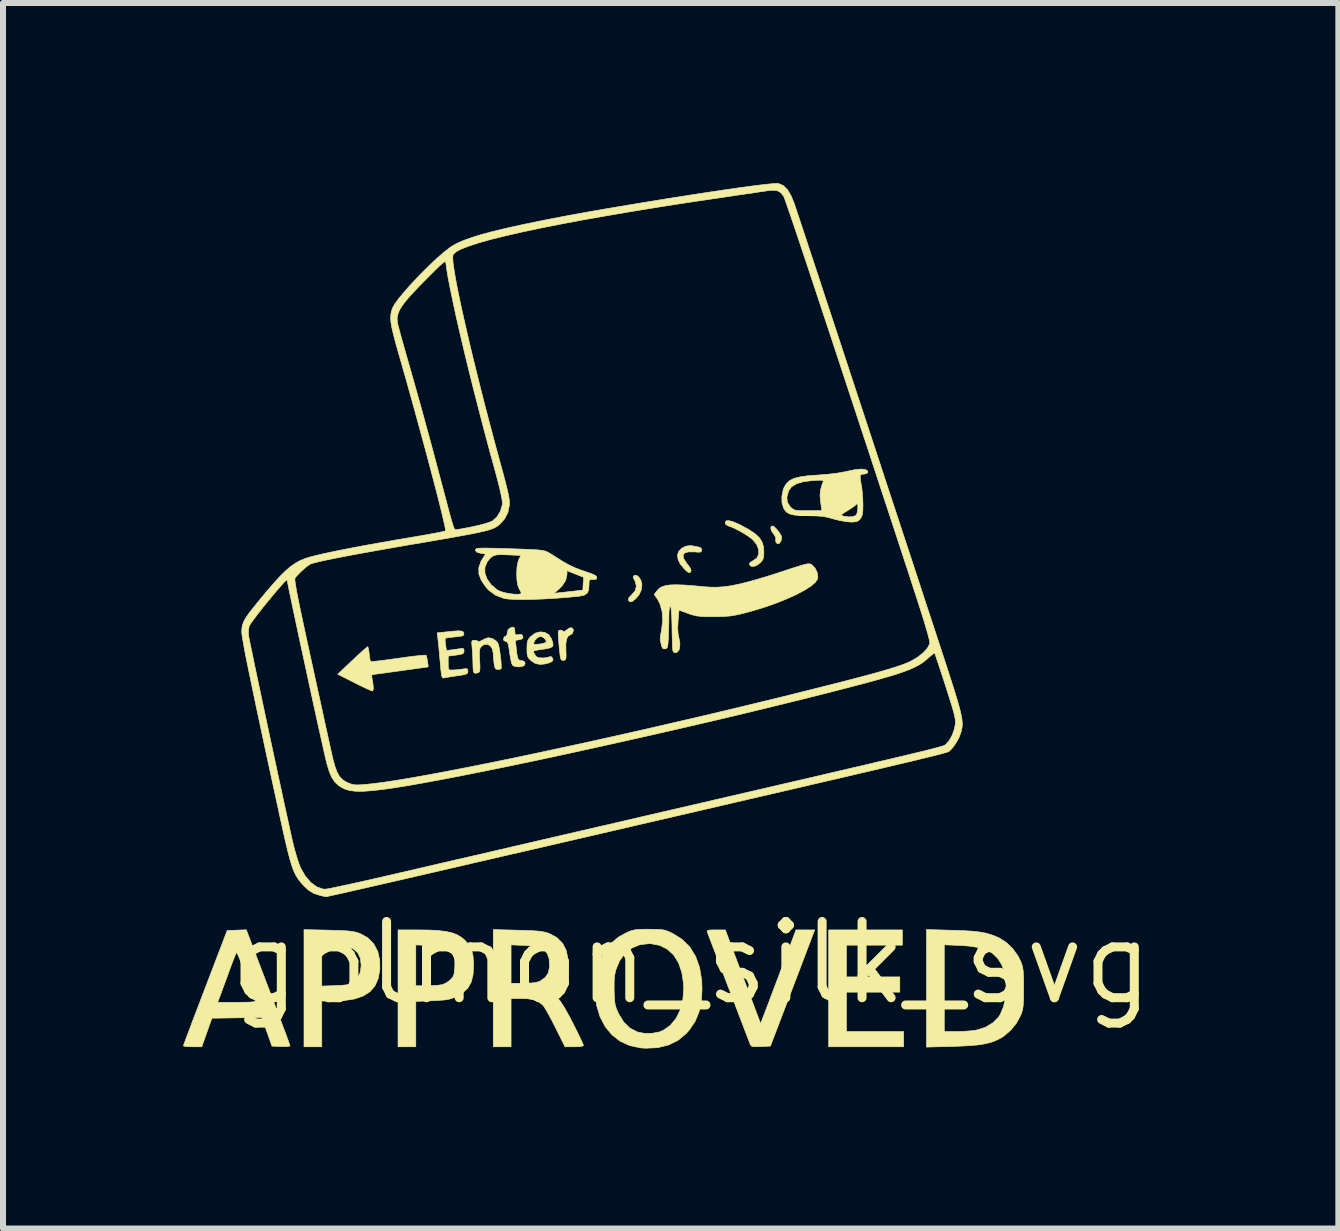
<source format=kicad_pcb>
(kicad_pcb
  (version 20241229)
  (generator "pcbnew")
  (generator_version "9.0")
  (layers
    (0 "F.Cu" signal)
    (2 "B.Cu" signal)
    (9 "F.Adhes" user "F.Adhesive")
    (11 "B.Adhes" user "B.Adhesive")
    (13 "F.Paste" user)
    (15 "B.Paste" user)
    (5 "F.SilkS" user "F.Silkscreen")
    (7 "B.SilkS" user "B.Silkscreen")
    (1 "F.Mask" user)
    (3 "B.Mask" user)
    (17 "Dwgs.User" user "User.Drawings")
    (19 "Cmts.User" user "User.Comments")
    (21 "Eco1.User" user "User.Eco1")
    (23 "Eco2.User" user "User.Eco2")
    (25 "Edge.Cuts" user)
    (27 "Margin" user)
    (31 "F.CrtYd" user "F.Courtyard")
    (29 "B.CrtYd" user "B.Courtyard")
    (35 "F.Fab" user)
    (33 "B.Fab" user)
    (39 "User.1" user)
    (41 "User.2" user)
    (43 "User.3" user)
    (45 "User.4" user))
  (footprint "golmon_silk_svg"
    (layer "F.Cu")
    (at 8.471 12.994)
    (property "Reference" "golmon_silk_svg" (at 0 0 0) (layer "F.SilkS") (effects (font (size 1.27 1.27) (thickness 0.15))))
    (attr through_hole)
    (fp_poly (pts (xy 3.514 -0.296) (xy 2.582 -0.296) (xy 2.582 0.233) (xy 3.471 0.233) (xy 3.471 0.487) (xy 2.582 0.487) (xy 2.582 1.143) (xy 3.535 1.143) (xy 3.535 1.397) (xy 2.286 1.397) (xy 2.286 -0.55) (xy 3.514 -0.55) (xy 3.514 -0.296)) (stroke (width 0.01) (type solid)) (fill yes) (layer "F.SilkS"))
    (fp_poly (pts (xy 1.381 -7.265) (xy 1.421 -7.225) (xy 1.461 -7.174) (xy 1.492 -7.124) (xy 1.503 -7.092) (xy 1.493 -7.034) (xy 1.469 -6.995) (xy 1.44 -6.982) (xy 1.413 -7) (xy 1.405 -7.016) (xy 1.402 -7.055) (xy 1.406 -7.067) (xy 1.401 -7.094) (xy 1.375 -7.138) (xy 1.363 -7.153) (xy 1.33 -7.205) (xy 1.321 -7.25) (xy 1.336 -7.278) (xy 1.352 -7.281) (xy 1.381 -7.265)) (stroke (width 0.01) (type solid)) (fill yes) (layer "F.SilkS"))
    (fp_poly (pts (xy -0.878 -6.43) (xy -0.845 -6.38) (xy -0.827 -6.318) (xy -0.826 -6.295) (xy -0.837 -6.211) (xy -0.874 -6.134) (xy -0.927 -6.07) (xy -0.983 -6.023) (xy -1.024 -6.015) (xy -1.052 -6.045) (xy -1.052 -6.045) (xy -1.044 -6.085) (xy -1 -6.13) (xy -0.939 -6.199) (xy -0.918 -6.277) (xy -0.938 -6.358) (xy -0.945 -6.371) (xy -0.969 -6.417) (xy -0.969 -6.442) (xy -0.952 -6.457) (xy -0.916 -6.459) (xy -0.878 -6.43)) (stroke (width 0.01) (type solid)) (fill yes) (layer "F.SilkS"))
    (fp_poly (pts (xy 0.001 -6.952) (xy 0.085 -6.937) (xy 0.135 -6.925) (xy 0.16 -6.911) (xy 0.169 -6.893) (xy 0.169 -6.879) (xy 0.165 -6.856) (xy 0.147 -6.845) (xy 0.104 -6.844) (xy 0.048 -6.849) (xy -0.052 -6.849) (xy -0.115 -6.83) (xy -0.141 -6.791) (xy -0.128 -6.732) (xy -0.078 -6.656) (xy -0.059 -6.634) (xy -0.022 -6.582) (xy -0.006 -6.54) (xy -0.008 -6.53) (xy -0.025 -6.503) (xy -0.052 -6.506) (xy -0.093 -6.539) (xy -0.12 -6.567) (xy -0.187 -6.647) (xy -0.222 -6.718) (xy -0.233 -6.792) (xy -0.233 -6.793) (xy -0.214 -6.854) (xy -0.164 -6.907) (xy -0.095 -6.943) (xy -0.019 -6.954) (xy 0.001 -6.952)) (stroke (width 0.01) (type solid)) (fill yes) (layer "F.SilkS"))
    (fp_poly (pts (xy -1.971 -5.558) (xy -1.968 -5.537) (xy -1.985 -5.488) (xy -2.011 -5.472) (xy -2.054 -5.445) (xy -2.081 -5.396) (xy -2.093 -5.317) (xy -2.092 -5.21) (xy -2.089 -5.128) (xy -2.091 -5.079) (xy -2.1 -5.054) (xy -2.118 -5.044) (xy -2.13 -5.042) (xy -2.162 -5.044) (xy -2.179 -5.07) (xy -2.188 -5.116) (xy -2.195 -5.176) (xy -2.204 -5.262) (xy -2.212 -5.356) (xy -2.213 -5.371) (xy -2.219 -5.457) (xy -2.22 -5.508) (xy -2.214 -5.535) (xy -2.2 -5.544) (xy -2.182 -5.546) (xy -2.147 -5.536) (xy -2.138 -5.521) (xy -2.125 -5.516) (xy -2.094 -5.538) (xy -2.089 -5.542) (xy -2.035 -5.58) (xy -1.994 -5.585) (xy -1.971 -5.558)) (stroke (width 0.01) (type solid)) (fill yes) (layer "F.SilkS"))
    (fp_poly (pts (xy 0.703 -7.347) (xy 0.81 -7.3) (xy 0.813 -7.298) (xy 0.954 -7.222) (xy 1.058 -7.153) (xy 1.131 -7.085) (xy 1.177 -7.012) (xy 1.201 -6.931) (xy 1.206 -6.851) (xy 1.204 -6.776) (xy 1.192 -6.727) (xy 1.165 -6.687) (xy 1.145 -6.666) (xy 1.087 -6.623) (xy 1.03 -6.605) (xy 0.985 -6.613) (xy 0.966 -6.637) (xy 0.971 -6.666) (xy 1.013 -6.695) (xy 1.026 -6.701) (xy 1.089 -6.746) (xy 1.12 -6.811) (xy 1.119 -6.889) (xy 1.087 -6.971) (xy 1.023 -7.05) (xy 1.016 -7.057) (xy 0.946 -7.11) (xy 0.853 -7.169) (xy 0.753 -7.223) (xy 0.661 -7.265) (xy 0.614 -7.281) (xy 0.57 -7.307) (xy 0.561 -7.336) (xy 0.577 -7.366) (xy 0.625 -7.369) (xy 0.703 -7.347)) (stroke (width 0.01) (type solid)) (fill yes) (layer "F.SilkS"))
    (fp_poly (pts (xy -6.048 -0.546) (xy -5.901 -0.541) (xy -5.789 -0.537) (xy -5.704 -0.531) (xy -5.639 -0.522) (xy -5.586 -0.511) (xy -5.539 -0.496) (xy -5.521 -0.489) (xy -5.393 -0.419) (xy -5.295 -0.319) (xy -5.228 -0.194) (xy -5.194 -0.046) (xy -5.192 0.108) (xy -5.219 0.258) (xy -5.273 0.381) (xy -5.355 0.478) (xy -5.468 0.55) (xy -5.613 0.6) (xy -5.793 0.628) (xy -5.973 0.635) (xy -6.16 0.635) (xy -6.16 1.397) (xy -6.456 1.397) (xy -6.456 0.386) (xy -6.16 0.386) (xy -5.931 0.378) (xy -5.816 0.372) (xy -5.735 0.363) (xy -5.679 0.349) (xy -5.644 0.332) (xy -5.564 0.255) (xy -5.517 0.153) (xy -5.503 0.042) (xy -5.516 -0.074) (xy -5.557 -0.163) (xy -5.627 -0.229) (xy -5.73 -0.271) (xy -5.867 -0.292) (xy -5.964 -0.296) (xy -6.16 -0.296) (xy -6.16 0.386) (xy -6.456 0.386) (xy -6.456 -0.555) (xy -6.048 -0.546)) (stroke (width 0.01) (type solid)) (fill yes) (layer "F.SilkS"))
    (fp_poly (pts (xy -2.949 -5.581) (xy -2.942 -5.53) (xy -2.942 -5.519) (xy -2.938 -5.477) (xy -2.917 -5.465) (xy -2.881 -5.471) (xy -2.836 -5.475) (xy -2.814 -5.456) (xy -2.809 -5.441) (xy -2.809 -5.41) (xy -2.838 -5.392) (xy -2.866 -5.386) (xy -2.934 -5.373) (xy -2.918 -5.227) (xy -2.907 -5.137) (xy -2.895 -5.081) (xy -2.878 -5.051) (xy -2.852 -5.039) (xy -2.825 -5.038) (xy -2.785 -5.023) (xy -2.771 -4.99) (xy -2.787 -4.956) (xy -2.806 -4.945) (xy -2.869 -4.932) (xy -2.932 -4.937) (xy -2.978 -4.956) (xy -2.982 -4.961) (xy -2.996 -4.994) (xy -3.011 -5.058) (xy -3.026 -5.141) (xy -3.03 -5.173) (xy -3.043 -5.262) (xy -3.055 -5.317) (xy -3.069 -5.345) (xy -3.087 -5.355) (xy -3.093 -5.355) (xy -3.126 -5.371) (xy -3.133 -5.397) (xy -3.119 -5.432) (xy -3.101 -5.44) (xy -3.076 -5.459) (xy -3.069 -5.5) (xy -3.055 -5.555) (xy -3.018 -5.583) (xy -2.973 -5.597) (xy -2.949 -5.581)) (stroke (width 0.01) (type solid)) (fill yes) (layer "F.SilkS"))
    (fp_poly (pts (xy 0.858 0.231) (xy 1.152 1.011) (xy 1.25 0.754) (xy 1.286 0.661) (xy 1.332 0.537) (xy 1.387 0.392) (xy 1.447 0.234) (xy 1.507 0.073) (xy 1.545 -0.026) (xy 1.741 -0.55) (xy 2.053 -0.55) (xy 2.007 -0.429) (xy 1.99 -0.383) (xy 1.959 -0.302) (xy 1.917 -0.192) (xy 1.866 -0.057) (xy 1.807 0.099) (xy 1.742 0.269) (xy 1.673 0.45) (xy 1.638 0.54) (xy 1.315 1.386) (xy 1.155 1.393) (xy 1.073 1.395) (xy 1.024 1.393) (xy 0.997 1.383) (xy 0.981 1.362) (xy 0.973 1.342) (xy 0.954 1.292) (xy 0.923 1.212) (xy 0.882 1.104) (xy 0.833 0.975) (xy 0.777 0.829) (xy 0.717 0.671) (xy 0.654 0.506) (xy 0.589 0.338) (xy 0.526 0.172) (xy 0.466 0.014) (xy 0.41 -0.132) (xy 0.36 -0.261) (xy 0.319 -0.369) (xy 0.288 -0.45) (xy 0.269 -0.5) (xy 0.264 -0.513) (xy 0.261 -0.532) (xy 0.274 -0.543) (xy 0.313 -0.549) (xy 0.384 -0.55) (xy 0.407 -0.55) (xy 0.564 -0.55) (xy 0.858 0.231)) (stroke (width 0.01) (type solid)) (fill yes) (layer "F.SilkS"))
    (fp_poly (pts (xy -5.386 -5.251) (xy -5.376 -5.202) (xy -5.37 -5.152) (xy -5.362 -5.085) (xy -5.352 -5.037) (xy -5.347 -5.022) (xy -5.324 -5.022) (xy -5.265 -5.027) (xy -5.177 -5.037) (xy -5.065 -5.051) (xy -4.937 -5.069) (xy -4.885 -5.076) (xy -4.752 -5.095) (xy -4.633 -5.11) (xy -4.535 -5.121) (xy -4.464 -5.127) (xy -4.426 -5.128) (xy -4.421 -5.126) (xy -4.413 -5.102) (xy -4.403 -5.055) (xy -4.394 -5.001) (xy -4.388 -4.955) (xy -4.388 -4.932) (xy -4.389 -4.932) (xy -4.41 -4.929) (xy -4.467 -4.921) (xy -4.553 -4.909) (xy -4.663 -4.894) (xy -4.791 -4.876) (xy -4.845 -4.868) (xy -4.979 -4.85) (xy -5.099 -4.833) (xy -5.198 -4.82) (xy -5.271 -4.81) (xy -5.311 -4.805) (xy -5.316 -4.805) (xy -5.327 -4.787) (xy -5.325 -4.757) (xy -5.306 -4.645) (xy -5.3 -4.57) (xy -5.309 -4.534) (xy -5.318 -4.531) (xy -5.345 -4.54) (xy -5.403 -4.566) (xy -5.484 -4.604) (xy -5.579 -4.651) (xy -5.619 -4.671) (xy -5.894 -4.81) (xy -5.651 -5.04) (xy -5.568 -5.118) (xy -5.495 -5.185) (xy -5.438 -5.235) (xy -5.403 -5.264) (xy -5.395 -5.27) (xy -5.386 -5.251)) (stroke (width 0.01) (type solid)) (fill yes) (layer "F.SilkS"))
    (fp_poly (pts (xy -4.567 -0.55) (xy -4.372 -0.548) (xy -4.213 -0.539) (xy -4.085 -0.523) (xy -3.982 -0.499) (xy -3.898 -0.466) (xy -3.826 -0.421) (xy -3.782 -0.384) (xy -3.713 -0.308) (xy -3.667 -0.227) (xy -3.641 -0.128) (xy -3.631 -0.003) (xy -3.63 0.042) (xy -3.639 0.197) (xy -3.67 0.32) (xy -3.725 0.417) (xy -3.809 0.496) (xy -3.926 0.563) (xy -3.934 0.567) (xy -3.989 0.59) (xy -4.046 0.606) (xy -4.115 0.617) (xy -4.206 0.624) (xy -4.32 0.63) (xy -4.593 0.641) (xy -4.593 1.397) (xy -4.889 1.397) (xy -4.889 0.381) (xy -4.593 0.381) (xy -4.408 0.381) (xy -4.313 0.378) (xy -4.225 0.372) (xy -4.16 0.363) (xy -4.147 0.36) (xy -4.082 0.33) (xy -4.02 0.284) (xy -4.011 0.275) (xy -3.976 0.233) (xy -3.956 0.188) (xy -3.945 0.125) (xy -3.941 0.068) (xy -3.939 -0.015) (xy -3.946 -0.071) (xy -3.964 -0.117) (xy -3.984 -0.148) (xy -4.029 -0.205) (xy -4.083 -0.244) (xy -4.152 -0.27) (xy -4.246 -0.285) (xy -4.374 -0.293) (xy -4.376 -0.293) (xy -4.593 -0.3) (xy -4.593 0.381) (xy -4.889 0.381) (xy -4.889 -0.55) (xy -4.567 -0.55)) (stroke (width 0.01) (type solid)) (fill yes) (layer "F.SilkS"))
    (fp_poly (pts (xy -3.31 -5.402) (xy -3.248 -5.358) (xy -3.219 -5.315) (xy -3.208 -5.272) (xy -3.196 -5.205) (xy -3.185 -5.124) (xy -3.175 -5.042) (xy -3.17 -4.969) (xy -3.169 -4.918) (xy -3.172 -4.9) (xy -3.199 -4.891) (xy -3.229 -4.889) (xy -3.258 -4.896) (xy -3.276 -4.923) (xy -3.287 -4.98) (xy -3.289 -4.988) (xy -3.297 -5.064) (xy -3.302 -5.135) (xy -3.302 -5.152) (xy -3.316 -5.229) (xy -3.352 -5.283) (xy -3.402 -5.31) (xy -3.458 -5.304) (xy -3.503 -5.271) (xy -3.521 -5.245) (xy -3.531 -5.21) (xy -3.534 -5.157) (xy -3.531 -5.075) (xy -3.529 -5.04) (xy -3.524 -4.947) (xy -3.525 -4.888) (xy -3.531 -4.855) (xy -3.545 -4.84) (xy -3.549 -4.838) (xy -3.594 -4.825) (xy -3.622 -4.833) (xy -3.636 -4.868) (xy -3.64 -4.937) (xy -3.641 -4.971) (xy -3.643 -5.072) (xy -3.649 -5.18) (xy -3.654 -5.246) (xy -3.661 -5.317) (xy -3.66 -5.356) (xy -3.648 -5.373) (xy -3.623 -5.376) (xy -3.612 -5.376) (xy -3.571 -5.37) (xy -3.556 -5.355) (xy -3.54 -5.352) (xy -3.502 -5.368) (xy -3.487 -5.377) (xy -3.433 -5.404) (xy -3.388 -5.418) (xy -3.382 -5.419) (xy -3.31 -5.402)) (stroke (width 0.01) (type solid)) (fill yes) (layer "F.SilkS"))
    (fp_poly (pts (xy -2.443 -5.507) (xy -2.376 -5.467) (xy -2.332 -5.398) (xy -2.331 -5.395) (xy -2.311 -5.336) (xy -2.306 -5.295) (xy -2.319 -5.268) (xy -2.356 -5.249) (xy -2.424 -5.234) (xy -2.528 -5.219) (xy -2.545 -5.216) (xy -2.604 -5.206) (xy -2.63 -5.195) (xy -2.629 -5.175) (xy -2.621 -5.157) (xy -2.593 -5.115) (xy -2.574 -5.096) (xy -2.531 -5.084) (xy -2.468 -5.081) (xy -2.406 -5.088) (xy -2.371 -5.1) (xy -2.336 -5.104) (xy -2.312 -5.075) (xy -2.307 -5.045) (xy -2.326 -5.02) (xy -2.376 -4.998) (xy -2.444 -4.981) (xy -2.518 -4.974) (xy -2.522 -4.974) (xy -2.597 -4.987) (xy -2.664 -5.029) (xy -2.672 -5.036) (xy -2.71 -5.073) (xy -2.73 -5.108) (xy -2.739 -5.155) (xy -2.741 -5.23) (xy -2.741 -5.236) (xy -2.739 -5.314) (xy -2.739 -5.315) (xy -2.63 -5.315) (xy -2.607 -5.308) (xy -2.553 -5.311) (xy -2.534 -5.312) (xy -2.471 -5.323) (xy -2.429 -5.338) (xy -2.419 -5.347) (xy -2.427 -5.382) (xy -2.46 -5.417) (xy -2.503 -5.438) (xy -2.517 -5.44) (xy -2.563 -5.422) (xy -2.607 -5.377) (xy -2.629 -5.334) (xy -2.63 -5.315) (xy -2.739 -5.315) (xy -2.73 -5.365) (xy -2.708 -5.405) (xy -2.679 -5.438) (xy -2.604 -5.494) (xy -2.522 -5.516) (xy -2.443 -5.507)) (stroke (width 0.01) (type solid)) (fill yes) (layer "F.SilkS"))
    (fp_poly (pts (xy 4.344 -0.544) (xy 4.527 -0.538) (xy 4.675 -0.529) (xy 4.796 -0.516) (xy 4.897 -0.498) (xy 4.986 -0.473) (xy 5.071 -0.441) (xy 5.137 -0.411) (xy 5.251 -0.337) (xy 5.357 -0.233) (xy 5.444 -0.111) (xy 5.486 -0.025) (xy 5.505 0.026) (xy 5.518 0.076) (xy 5.527 0.134) (xy 5.531 0.208) (xy 5.534 0.308) (xy 5.534 0.423) (xy 5.534 0.553) (xy 5.531 0.649) (xy 5.526 0.721) (xy 5.517 0.777) (xy 5.503 0.827) (xy 5.486 0.872) (xy 5.415 1.003) (xy 5.316 1.124) (xy 5.2 1.223) (xy 5.149 1.254) (xy 5.068 1.294) (xy 4.983 1.325) (xy 4.888 1.348) (xy 4.774 1.366) (xy 4.636 1.378) (xy 4.467 1.387) (xy 4.344 1.391) (xy 3.916 1.402) (xy 3.916 1.143) (xy 4.212 1.143) (xy 4.42 1.143) (xy 4.527 1.14) (xy 4.634 1.133) (xy 4.722 1.123) (xy 4.749 1.119) (xy 4.897 1.072) (xy 5.022 0.998) (xy 5.118 0.901) (xy 5.146 0.856) (xy 5.2 0.726) (xy 5.232 0.573) (xy 5.243 0.409) (xy 5.232 0.248) (xy 5.198 0.102) (xy 5.167 0.025) (xy 5.102 -0.077) (xy 5.02 -0.157) (xy 4.916 -0.215) (xy 4.786 -0.256) (xy 4.623 -0.281) (xy 4.482 -0.291) (xy 4.212 -0.302) (xy 4.212 1.143) (xy 3.916 1.143) (xy 3.916 -0.556) (xy 4.344 -0.544)) (stroke (width 0.01) (type solid)) (fill yes) (layer "F.SilkS"))
    (fp_poly (pts (xy -7.052 0.407) (xy -6.98 0.598) (xy -6.912 0.777) (xy -6.851 0.94) (xy -6.797 1.084) (xy -6.752 1.203) (xy -6.718 1.296) (xy -6.697 1.356) (xy -6.688 1.382) (xy -6.688 1.382) (xy -6.708 1.389) (xy -6.759 1.393) (xy -6.831 1.393) (xy -6.839 1.393) (xy -6.99 1.386) (xy -7.074 1.148) (xy -7.159 0.909) (xy -7.575 0.915) (xy -7.99 0.921) (xy -8.075 1.159) (xy -8.159 1.397) (xy -8.313 1.397) (xy -8.387 1.395) (xy -8.442 1.39) (xy -8.465 1.382) (xy -8.466 1.381) (xy -8.458 1.359) (xy -8.437 1.301) (xy -8.404 1.211) (xy -8.359 1.094) (xy -8.306 0.952) (xy -8.244 0.79) (xy -8.193 0.656) (xy -7.894 0.656) (xy -7.575 0.656) (xy -7.447 0.655) (xy -7.357 0.653) (xy -7.3 0.648) (xy -7.271 0.64) (xy -7.265 0.63) (xy -7.327 0.458) (xy -7.386 0.299) (xy -7.44 0.155) (xy -7.488 0.033) (xy -7.527 -0.065) (xy -7.557 -0.134) (xy -7.576 -0.17) (xy -7.58 -0.174) (xy -7.593 -0.149) (xy -7.616 -0.093) (xy -7.647 -0.014) (xy -7.68 0.074) (xy -7.722 0.19) (xy -7.767 0.312) (xy -7.808 0.424) (xy -7.829 0.482) (xy -7.894 0.656) (xy -8.193 0.656) (xy -8.177 0.613) (xy -8.104 0.423) (xy -8.1 0.413) (xy -7.736 -0.54) (xy -7.576 -0.546) (xy -7.417 -0.552) (xy -7.052 0.407)) (stroke (width 0.01) (type solid)) (fill yes) (layer "F.SilkS"))
    (fp_poly (pts (xy -2.895 -0.545) (xy -2.747 -0.541) (xy -2.634 -0.536) (xy -2.549 -0.53) (xy -2.484 -0.521) (xy -2.43 -0.51) (xy -2.382 -0.494) (xy -2.366 -0.488) (xy -2.239 -0.42) (xy -2.146 -0.325) (xy -2.085 -0.204) (xy -2.057 -0.056) (xy -2.057 0.057) (xy -2.078 0.2) (xy -2.124 0.312) (xy -2.197 0.399) (xy -2.233 0.427) (xy -2.319 0.489) (xy -2.231 0.581) (xy -2.179 0.647) (xy -2.113 0.75) (xy -2.037 0.886) (xy -1.971 1.013) (xy -1.916 1.123) (xy -1.868 1.221) (xy -1.83 1.3) (xy -1.807 1.353) (xy -1.799 1.375) (xy -1.819 1.387) (xy -1.876 1.395) (xy -1.953 1.397) (xy -2.107 1.397) (xy -2.265 1.079) (xy -2.321 0.969) (xy -2.375 0.868) (xy -2.422 0.785) (xy -2.458 0.727) (xy -2.474 0.707) (xy -2.542 0.65) (xy -2.626 0.614) (xy -2.736 0.596) (xy -2.836 0.593) (xy -3.006 0.593) (xy -3.006 1.397) (xy -3.302 1.397) (xy -3.302 0.339) (xy -3.006 0.339) (xy -2.799 0.339) (xy -2.685 0.336) (xy -2.603 0.328) (xy -2.544 0.312) (xy -2.52 0.302) (xy -2.435 0.241) (xy -2.384 0.163) (xy -2.364 0.059) (xy -2.364 0.039) (xy -2.372 -0.072) (xy -2.402 -0.156) (xy -2.458 -0.217) (xy -2.544 -0.258) (xy -2.663 -0.283) (xy -2.789 -0.292) (xy -3.006 -0.301) (xy -3.006 0.339) (xy -3.302 0.339) (xy -3.302 -0.556) (xy -2.895 -0.545)) (stroke (width 0.01) (type solid)) (fill yes) (layer "F.SilkS"))
    (fp_poly (pts (xy -3.842 -5.531) (xy -3.811 -5.523) (xy -3.797 -5.506) (xy -3.793 -5.491) (xy -3.793 -5.467) (xy -3.809 -5.452) (xy -3.847 -5.442) (xy -3.917 -5.434) (xy -3.94 -5.432) (xy -4.016 -5.424) (xy -4.074 -5.416) (xy -4.102 -5.409) (xy -4.102 -5.409) (xy -4.105 -5.384) (xy -4.101 -5.333) (xy -4.097 -5.302) (xy -4.082 -5.205) (xy -3.983 -5.218) (xy -3.912 -5.228) (xy -3.852 -5.237) (xy -3.836 -5.24) (xy -3.801 -5.24) (xy -3.789 -5.211) (xy -3.789 -5.199) (xy -3.793 -5.17) (xy -3.81 -5.152) (xy -3.851 -5.14) (xy -3.921 -5.129) (xy -4.053 -5.112) (xy -4.053 -4.995) (xy -4.052 -4.929) (xy -4.045 -4.894) (xy -4.027 -4.881) (xy -3.991 -4.88) (xy -3.99 -4.88) (xy -3.929 -4.883) (xy -3.853 -4.892) (xy -3.826 -4.895) (xy -3.765 -4.903) (xy -3.736 -4.899) (xy -3.726 -4.88) (xy -3.725 -4.86) (xy -3.728 -4.835) (xy -3.743 -4.818) (xy -3.778 -4.805) (xy -3.842 -4.793) (xy -3.9 -4.785) (xy -3.987 -4.772) (xy -4.062 -4.76) (xy -4.112 -4.751) (xy -4.119 -4.749) (xy -4.137 -4.747) (xy -4.15 -4.754) (xy -4.16 -4.778) (xy -4.168 -4.823) (xy -4.177 -4.897) (xy -4.186 -5.006) (xy -4.189 -5.031) (xy -4.199 -5.146) (xy -4.209 -5.254) (xy -4.218 -5.344) (xy -4.225 -5.405) (xy -4.226 -5.411) (xy -4.238 -5.5) (xy -4.093 -5.515) (xy -3.976 -5.527) (xy -3.894 -5.533) (xy -3.842 -5.531)) (stroke (width 0.01) (type solid)) (fill yes) (layer "F.SilkS"))
    (fp_poly (pts (xy -0.6 -0.56) (xy -0.521 -0.557) (xy -0.462 -0.549) (xy -0.412 -0.535) (xy -0.358 -0.513) (xy -0.314 -0.492) (xy -0.155 -0.392) (xy -0.027 -0.264) (xy 0.07 -0.107) (xy 0.136 0.079) (xy 0.171 0.292) (xy 0.176 0.434) (xy 0.164 0.64) (xy 0.126 0.818) (xy 0.061 0.974) (xy -0.035 1.116) (xy -0.088 1.176) (xy -0.223 1.289) (xy -0.382 1.367) (xy -0.564 1.412) (xy -0.768 1.421) (xy -0.851 1.415) (xy -1.03 1.377) (xy -1.189 1.304) (xy -1.325 1.198) (xy -1.437 1.062) (xy -1.523 0.898) (xy -1.58 0.709) (xy -1.607 0.499) (xy -1.608 0.43) (xy -1.608 0.425) (xy -1.289 0.425) (xy -1.288 0.474) (xy -1.284 0.582) (xy -1.277 0.66) (xy -1.265 0.721) (xy -1.245 0.778) (xy -1.215 0.843) (xy -1.211 0.852) (xy -1.127 0.987) (xy -1.027 1.085) (xy -0.906 1.148) (xy -0.889 1.154) (xy -0.778 1.174) (xy -0.653 1.172) (xy -0.535 1.15) (xy -0.471 1.124) (xy -0.351 1.039) (xy -0.255 0.922) (xy -0.185 0.778) (xy -0.143 0.609) (xy -0.129 0.421) (xy -0.133 0.343) (xy -0.161 0.156) (xy -0.216 -0.003) (xy -0.297 -0.132) (xy -0.402 -0.229) (xy -0.529 -0.293) (xy -0.676 -0.32) (xy -0.71 -0.321) (xy -0.862 -0.303) (xy -0.996 -0.247) (xy -1.109 -0.157) (xy -1.199 -0.033) (xy -1.262 0.121) (xy -1.279 0.202) (xy -1.288 0.3) (xy -1.289 0.425) (xy -1.608 0.425) (xy -1.592 0.205) (xy -1.544 0.006) (xy -1.465 -0.168) (xy -1.354 -0.315) (xy -1.214 -0.432) (xy -1.105 -0.493) (xy -1.042 -0.522) (xy -0.99 -0.541) (xy -0.936 -0.553) (xy -0.871 -0.559) (xy -0.781 -0.561) (xy -0.709 -0.561) (xy -0.6 -0.56)) (stroke (width 0.01) (type solid)) (fill yes) (layer "F.SilkS"))
    (fp_poly (pts (xy 1.99 -6.643) (xy 2.006 -6.634) (xy 2.059 -6.579) (xy 2.095 -6.505) (xy 2.106 -6.429) (xy 2.1 -6.396) (xy 2.063 -6.34) (xy 1.99 -6.278) (xy 1.884 -6.211) (xy 1.751 -6.14) (xy 1.595 -6.069) (xy 1.42 -5.998) (xy 1.231 -5.931) (xy 1.032 -5.87) (xy 0.868 -5.825) (xy 0.755 -5.799) (xy 0.656 -5.782) (xy 0.552 -5.773) (xy 0.429 -5.769) (xy 0.37 -5.769) (xy 0.251 -5.769) (xy 0.163 -5.773) (xy 0.093 -5.781) (xy 0.032 -5.794) (xy -0.034 -5.815) (xy -0.057 -5.823) (xy -0.208 -5.879) (xy -0.223 -5.7) (xy -0.229 -5.572) (xy -0.222 -5.475) (xy -0.214 -5.44) (xy -0.192 -5.327) (xy -0.2 -5.236) (xy -0.212 -5.206) (xy -0.244 -5.173) (xy -0.281 -5.167) (xy -0.306 -5.19) (xy -0.306 -5.191) (xy -0.31 -5.207) (xy -0.313 -5.229) (xy -0.316 -5.265) (xy -0.318 -5.32) (xy -0.32 -5.399) (xy -0.323 -5.51) (xy -0.325 -5.639) (xy -0.329 -5.767) (xy -0.335 -5.862) (xy -0.343 -5.922) (xy -0.353 -5.942) (xy -0.365 -5.926) (xy -0.373 -5.869) (xy -0.376 -5.773) (xy -0.376 -5.763) (xy -0.377 -5.65) (xy -0.381 -5.525) (xy -0.385 -5.415) (xy -0.385 -5.408) (xy -0.391 -5.323) (xy -0.398 -5.272) (xy -0.41 -5.245) (xy -0.429 -5.234) (xy -0.44 -5.232) (xy -0.476 -5.237) (xy -0.496 -5.274) (xy -0.498 -5.285) (xy -0.511 -5.339) (xy -0.52 -5.373) (xy -0.521 -5.406) (xy -0.513 -5.468) (xy -0.499 -5.545) (xy -0.498 -5.551) (xy -0.479 -5.707) (xy -0.489 -5.854) (xy -0.525 -5.984) (xy -0.565 -6.06) (xy -0.621 -6.14) (xy -0.578 -6.197) (xy -0.542 -6.237) (xy -0.495 -6.266) (xy -0.433 -6.287) (xy -0.352 -6.298) (xy -0.246 -6.301) (xy -0.112 -6.296) (xy 0.056 -6.283) (xy 0.212 -6.268) (xy 0.319 -6.261) (xy 0.426 -6.26) (xy 0.538 -6.268) (xy 0.658 -6.284) (xy 0.793 -6.312) (xy 0.948 -6.35) (xy 1.126 -6.4) (xy 1.334 -6.464) (xy 1.575 -6.542) (xy 1.607 -6.553) (xy 1.734 -6.594) (xy 1.827 -6.623) (xy 1.892 -6.641) (xy 1.937 -6.65) (xy 1.968 -6.65) (xy 1.99 -6.643)) (stroke (width 0.01) (type solid)) (fill yes) (layer "F.SilkS"))
    (fp_poly (pts (xy 2.901 -8.221) (xy 2.935 -8.196) (xy 2.938 -8.188) (xy 2.931 -8.161) (xy 2.892 -8.147) (xy 2.875 -8.145) (xy 2.841 -8.142) (xy 2.82 -8.133) (xy 2.811 -8.111) (xy 2.813 -8.069) (xy 2.823 -7.999) (xy 2.836 -7.927) (xy 2.846 -7.84) (xy 2.854 -7.734) (xy 2.857 -7.631) (xy 2.857 -7.628) (xy 2.855 -7.536) (xy 2.848 -7.474) (xy 2.833 -7.43) (xy 2.814 -7.401) (xy 2.783 -7.368) (xy 2.746 -7.352) (xy 2.689 -7.346) (xy 2.65 -7.346) (xy 2.569 -7.354) (xy 2.469 -7.372) (xy 2.37 -7.396) (xy 2.361 -7.399) (xy 2.273 -7.424) (xy 2.19 -7.439) (xy 2.098 -7.447) (xy 1.983 -7.451) (xy 1.942 -7.451) (xy 1.807 -7.453) (xy 1.762 -7.458) (xy 2.501 -7.458) (xy 2.521 -7.448) (xy 2.523 -7.447) (xy 2.611 -7.432) (xy 2.686 -7.435) (xy 2.738 -7.455) (xy 2.751 -7.47) (xy 2.765 -7.519) (xy 2.772 -7.583) (xy 2.772 -7.592) (xy 2.77 -7.642) (xy 2.761 -7.655) (xy 2.746 -7.64) (xy 2.715 -7.612) (xy 2.659 -7.573) (xy 2.598 -7.534) (xy 2.534 -7.495) (xy 2.504 -7.472) (xy 2.501 -7.458) (xy 1.762 -7.458) (xy 1.708 -7.463) (xy 1.636 -7.481) (xy 1.585 -7.51) (xy 1.549 -7.553) (xy 1.535 -7.577) (xy 1.508 -7.666) (xy 1.506 -7.763) (xy 1.59 -7.763) (xy 1.597 -7.678) (xy 1.641 -7.606) (xy 1.649 -7.597) (xy 1.678 -7.57) (xy 1.706 -7.552) (xy 1.742 -7.542) (xy 1.795 -7.537) (xy 1.876 -7.535) (xy 1.942 -7.535) (xy 2.172 -7.535) (xy 2.152 -7.684) (xy 2.142 -7.788) (xy 2.149 -7.875) (xy 2.174 -7.964) (xy 2.195 -8.02) (xy 2.194 -8.034) (xy 2.173 -8.042) (xy 2.124 -8.043) (xy 2.041 -8.039) (xy 2.028 -8.038) (xy 1.869 -8.019) (xy 1.749 -7.984) (xy 1.665 -7.931) (xy 1.619 -7.865) (xy 1.59 -7.763) (xy 1.506 -7.763) (xy 1.506 -7.773) (xy 1.527 -7.88) (xy 1.546 -7.929) (xy 1.585 -7.99) (xy 1.638 -8.038) (xy 1.711 -8.074) (xy 1.81 -8.099) (xy 1.94 -8.117) (xy 2.106 -8.129) (xy 2.274 -8.142) (xy 2.432 -8.161) (xy 2.565 -8.185) (xy 2.589 -8.191) (xy 2.726 -8.219) (xy 2.83 -8.229) (xy 2.901 -8.221)) (stroke (width 0.01) (type solid)) (fill yes) (layer "F.SilkS"))
    (fp_poly (pts (xy -3.33 -6.91) (xy -3.233 -6.908) (xy -3.092 -6.904) (xy -2.947 -6.899) (xy -2.81 -6.894) (xy -2.695 -6.889) (xy -2.651 -6.887) (xy -2.552 -6.881) (xy -2.482 -6.873) (xy -2.429 -6.86) (xy -2.378 -6.836) (xy -2.316 -6.798) (xy -2.275 -6.772) (xy -2.152 -6.694) (xy -2.048 -6.635) (xy -1.951 -6.588) (xy -1.845 -6.547) (xy -1.757 -6.517) (xy -1.666 -6.486) (xy -1.61 -6.461) (xy -1.583 -6.438) (xy -1.577 -6.42) (xy -1.586 -6.394) (xy -1.621 -6.387) (xy -1.642 -6.388) (xy -1.683 -6.389) (xy -1.702 -6.376) (xy -1.707 -6.337) (xy -1.707 -6.303) (xy -1.713 -6.216) (xy -1.737 -6.161) (xy -1.785 -6.128) (xy -1.865 -6.111) (xy -1.889 -6.108) (xy -2.09 -6.089) (xy -2.291 -6.074) (xy -2.484 -6.063) (xy -2.665 -6.057) (xy -2.826 -6.055) (xy -2.962 -6.057) (xy -3.067 -6.064) (xy -3.122 -6.073) (xy -3.264 -6.127) (xy -3.381 -6.213) (xy -3.419 -6.254) (xy -3.5 -6.371) (xy -3.542 -6.48) (xy -3.544 -6.584) (xy -3.542 -6.589) (xy -3.442 -6.589) (xy -3.441 -6.493) (xy -3.405 -6.395) (xy -3.336 -6.3) (xy -3.236 -6.216) (xy -3.228 -6.211) (xy -3.178 -6.188) (xy -3.108 -6.168) (xy -3.03 -6.153) (xy -2.953 -6.144) (xy -2.889 -6.142) (xy -2.847 -6.149) (xy -2.838 -6.159) (xy -2.288 -6.159) (xy -2.165 -6.172) (xy -2.07 -6.183) (xy -1.969 -6.194) (xy -1.926 -6.199) (xy -1.81 -6.212) (xy -1.804 -6.319) (xy -1.797 -6.426) (xy -1.936 -6.48) (xy -2.074 -6.535) (xy -2.074 -6.473) (xy -2.095 -6.375) (xy -2.158 -6.279) (xy -2.212 -6.226) (xy -2.288 -6.159) (xy -2.838 -6.159) (xy -2.836 -6.16) (xy -2.847 -6.192) (xy -2.873 -6.238) (xy -2.873 -6.239) (xy -2.895 -6.297) (xy -2.908 -6.382) (xy -2.912 -6.482) (xy -2.908 -6.583) (xy -2.894 -6.67) (xy -2.876 -6.723) (xy -2.842 -6.789) (xy -3.056 -6.799) (xy -3.167 -6.803) (xy -3.245 -6.799) (xy -3.302 -6.783) (xy -3.345 -6.753) (xy -3.386 -6.704) (xy -3.406 -6.677) (xy -3.442 -6.589) (xy -3.542 -6.589) (xy -3.508 -6.688) (xy -3.481 -6.735) (xy -3.431 -6.812) (xy -3.515 -6.826) (xy -3.573 -6.842) (xy -3.597 -6.867) (xy -3.598 -6.879) (xy -3.596 -6.892) (xy -3.584 -6.902) (xy -3.557 -6.908) (xy -3.51 -6.911) (xy -3.436 -6.912) (xy -3.33 -6.91)) (stroke (width 0.01) (type solid)) (fill yes) (layer "F.SilkS"))
    (fp_poly (pts (xy 1.449 -12.987) (xy 1.529 -12.953) (xy 1.601 -12.882) (xy 1.665 -12.772) (xy 1.715 -12.646) (xy 1.729 -12.603) (xy 1.756 -12.523) (xy 1.795 -12.407) (xy 1.844 -12.258) (xy 1.903 -12.08) (xy 1.971 -11.873) (xy 2.048 -11.641) (xy 2.132 -11.386) (xy 2.222 -11.11) (xy 2.319 -10.817) (xy 2.421 -10.508) (xy 2.527 -10.186) (xy 2.636 -9.854) (xy 2.748 -9.513) (xy 2.862 -9.167) (xy 2.977 -8.818) (xy 3.092 -8.469) (xy 3.206 -8.121) (xy 3.319 -7.777) (xy 3.43 -7.441) (xy 3.538 -7.113) (xy 3.642 -6.798) (xy 3.741 -6.496) (xy 3.834 -6.212) (xy 3.921 -5.946) (xy 4.002 -5.702) (xy 4.074 -5.483) (xy 4.137 -5.29) (xy 4.17 -5.19) (xy 4.25 -4.945) (xy 4.317 -4.737) (xy 4.373 -4.562) (xy 4.418 -4.416) (xy 4.453 -4.295) (xy 4.479 -4.196) (xy 4.497 -4.116) (xy 4.508 -4.05) (xy 4.512 -3.995) (xy 4.511 -3.947) (xy 4.505 -3.903) (xy 4.495 -3.858) (xy 4.489 -3.839) (xy 4.458 -3.756) (xy 4.41 -3.669) (xy 4.355 -3.589) (xy 4.302 -3.533) (xy 4.29 -3.525) (xy 4.281 -3.52) (xy 4.266 -3.514) (xy 4.243 -3.506) (xy 4.211 -3.497) (xy 4.168 -3.485) (xy 4.112 -3.471) (xy 4.043 -3.453) (xy 3.958 -3.432) (xy 3.855 -3.407) (xy 3.733 -3.377) (xy 3.591 -3.343) (xy 3.427 -3.305) (xy 3.239 -3.26) (xy 3.026 -3.21) (xy 2.786 -3.154) (xy 2.518 -3.091) (xy 2.219 -3.022) (xy 1.889 -2.945) (xy 1.525 -2.86) (xy 1.126 -2.768) (xy 0.691 -2.667) (xy 0.218 -2.557) (xy -0.265 -2.445) (xy -0.921 -2.293) (xy -1.536 -2.15) (xy -2.111 -2.017) (xy -2.646 -1.893) (xy -3.141 -1.779) (xy -3.596 -1.674) (xy -4.012 -1.577) (xy -4.388 -1.49) (xy -4.727 -1.412) (xy -5.027 -1.343) (xy -5.289 -1.283) (xy -5.513 -1.232) (xy -5.7 -1.189) (xy -5.85 -1.155) (xy -5.964 -1.13) (xy -6.041 -1.113) (xy -6.082 -1.104) (xy -6.09 -1.103) (xy -6.12 -1.109) (xy -6.173 -1.121) (xy -6.187 -1.124) (xy -6.289 -1.157) (xy -6.375 -1.208) (xy -6.46 -1.286) (xy -6.471 -1.298) (xy -6.518 -1.352) (xy -6.559 -1.406) (xy -6.595 -1.466) (xy -6.628 -1.536) (xy -6.659 -1.621) (xy -6.691 -1.726) (xy -6.725 -1.856) (xy -6.763 -2.016) (xy -6.807 -2.21) (xy -6.828 -2.305) (xy -6.928 -2.764) (xy -7.019 -3.182) (xy -7.101 -3.562) (xy -7.174 -3.904) (xy -7.239 -4.209) (xy -7.296 -4.479) (xy -7.345 -4.715) (xy -7.387 -4.918) (xy -7.422 -5.09) (xy -7.449 -5.231) (xy -7.469 -5.343) (xy -7.483 -5.426) (xy -7.491 -5.483) (xy -7.491 -5.483) (xy -7.382 -5.483) (xy -7.38 -5.459) (xy -7.374 -5.425) (xy -7.36 -5.354) (xy -7.338 -5.249) (xy -7.31 -5.114) (xy -7.277 -4.952) (xy -7.238 -4.768) (xy -7.195 -4.566) (xy -7.149 -4.348) (xy -7.1 -4.12) (xy -7.05 -3.884) (xy -6.999 -3.644) (xy -6.947 -3.405) (xy -6.897 -3.17) (xy -6.847 -2.942) (xy -6.801 -2.726) (xy -6.757 -2.525) (xy -6.717 -2.344) (xy -6.682 -2.185) (xy -6.653 -2.053) (xy -6.643 -2.011) (xy -6.613 -1.89) (xy -6.578 -1.769) (xy -6.543 -1.661) (xy -6.511 -1.58) (xy -6.509 -1.577) (xy -6.433 -1.445) (xy -6.343 -1.341) (xy -6.244 -1.268) (xy -6.142 -1.232) (xy -6.104 -1.229) (xy -6.07 -1.233) (xy -6 -1.246) (xy -5.897 -1.268) (xy -5.765 -1.296) (xy -5.609 -1.33) (xy -5.433 -1.369) (xy -5.241 -1.413) (xy -5.037 -1.459) (xy -4.992 -1.47) (xy -4.833 -1.507) (xy -4.636 -1.552) (xy -4.406 -1.606) (xy -4.147 -1.666) (xy -3.863 -1.732) (xy -3.557 -1.802) (xy -3.235 -1.877) (xy -2.899 -1.955) (xy -2.554 -2.035) (xy -2.205 -2.116) (xy -1.854 -2.197) (xy -1.506 -2.278) (xy -1.386 -2.305) (xy -0.82 -2.437) (xy -0.293 -2.559) (xy 0.195 -2.672) (xy 0.647 -2.777) (xy 1.063 -2.873) (xy 1.446 -2.962) (xy 1.796 -3.043) (xy 2.114 -3.117) (xy 2.404 -3.185) (xy 2.665 -3.246) (xy 2.9 -3.3) (xy 3.109 -3.35) (xy 3.295 -3.393) (xy 3.458 -3.432) (xy 3.601 -3.466) (xy 3.725 -3.496) (xy 3.831 -3.521) (xy 3.92 -3.543) (xy 3.994 -3.562) (xy 4.055 -3.578) (xy 4.104 -3.591) (xy 4.143 -3.602) (xy 4.172 -3.611) (xy 4.194 -3.618) (xy 4.21 -3.624) (xy 4.221 -3.629) (xy 4.229 -3.634) (xy 4.232 -3.636) (xy 4.291 -3.7) (xy 4.343 -3.792) (xy 4.381 -3.898) (xy 4.395 -3.971) (xy 4.398 -4.007) (xy 4.396 -4.047) (xy 4.388 -4.096) (xy 4.374 -4.159) (xy 4.351 -4.242) (xy 4.318 -4.35) (xy 4.274 -4.489) (xy 4.234 -4.616) (xy 4.187 -4.759) (xy 4.145 -4.888) (xy 4.108 -4.999) (xy 4.079 -5.085) (xy 4.06 -5.141) (xy 4.052 -5.162) (xy 4.033 -5.154) (xy 3.994 -5.123) (xy 3.953 -5.088) (xy 3.902 -5.043) (xy 3.847 -5.001) (xy 3.787 -4.963) (xy 3.716 -4.926) (xy 3.633 -4.889) (xy 3.533 -4.851) (xy 3.413 -4.81) (xy 3.269 -4.767) (xy 3.098 -4.718) (xy 2.896 -4.663) (xy 2.66 -4.601) (xy 2.386 -4.53) (xy 2.382 -4.529) (xy 1.988 -4.429) (xy 1.579 -4.328) (xy 1.156 -4.224) (xy 0.723 -4.12) (xy 0.283 -4.016) (xy -0.161 -3.913) (xy -0.606 -3.811) (xy -1.05 -3.711) (xy -1.488 -3.613) (xy -1.919 -3.518) (xy -2.338 -3.427) (xy -2.744 -3.341) (xy -3.133 -3.26) (xy -3.502 -3.185) (xy -3.848 -3.116) (xy -4.168 -3.055) (xy -4.46 -3.001) (xy -4.719 -2.955) (xy -4.944 -2.919) (xy -5.131 -2.892) (xy -5.14 -2.891) (xy -5.324 -2.87) (xy -5.474 -2.859) (xy -5.594 -2.86) (xy -5.692 -2.872) (xy -5.774 -2.896) (xy -5.845 -2.933) (xy -5.877 -2.955) (xy -5.94 -3.012) (xy -5.99 -3.085) (xy -6.033 -3.182) (xy -6.072 -3.31) (xy -6.087 -3.37) (xy -6.108 -3.459) (xy -6.135 -3.578) (xy -6.167 -3.724) (xy -6.205 -3.892) (xy -6.246 -4.078) (xy -6.29 -4.279) (xy -6.336 -4.49) (xy -6.383 -4.707) (xy -6.43 -4.926) (xy -6.477 -5.144) (xy -6.523 -5.355) (xy -6.566 -5.557) (xy -6.606 -5.745) (xy -6.642 -5.915) (xy -6.673 -6.063) (xy -6.699 -6.185) (xy -6.717 -6.277) (xy -6.729 -6.334) (xy -6.731 -6.353) (xy -6.735 -6.376) (xy -6.748 -6.377) (xy -6.777 -6.352) (xy -6.827 -6.298) (xy -6.827 -6.297) (xy -6.9 -6.214) (xy -6.981 -6.118) (xy -7.066 -6.015) (xy -7.149 -5.912) (xy -7.225 -5.815) (xy -7.29 -5.729) (xy -7.339 -5.662) (xy -7.366 -5.619) (xy -7.369 -5.612) (xy -7.38 -5.556) (xy -7.382 -5.483) (xy -7.491 -5.483) (xy -7.493 -5.51) (xy -7.491 -5.574) (xy -7.481 -5.631) (xy -7.46 -5.688) (xy -7.425 -5.751) (xy -7.371 -5.828) (xy -7.295 -5.925) (xy -7.243 -5.99) (xy -7.098 -6.167) (xy -6.973 -6.312) (xy -6.904 -6.388) (xy -6.608 -6.388) (xy -6.604 -6.343) (xy -6.592 -6.27) (xy -6.574 -6.168) (xy -6.548 -6.035) (xy -6.514 -5.869) (xy -6.471 -5.669) (xy -6.42 -5.431) (xy -6.36 -5.155) (xy -6.352 -5.117) (xy -6.3 -4.882) (xy -6.25 -4.651) (xy -6.201 -4.429) (xy -6.155 -4.22) (xy -6.114 -4.029) (xy -6.077 -3.862) (xy -6.046 -3.722) (xy -6.023 -3.615) (xy -6.01 -3.556) (xy -5.974 -3.397) (xy -5.94 -3.275) (xy -5.906 -3.182) (xy -5.868 -3.113) (xy -5.824 -3.063) (xy -5.77 -3.024) (xy -5.714 -2.997) (xy -5.669 -2.98) (xy -5.624 -2.969) (xy -5.569 -2.966) (xy -5.496 -2.969) (xy -5.395 -2.978) (xy -5.317 -2.986) (xy -5.141 -3.008) (xy -4.927 -3.04) (xy -4.677 -3.082) (xy -4.394 -3.132) (xy -4.081 -3.191) (xy -3.74 -3.257) (xy -3.374 -3.33) (xy -2.987 -3.409) (xy -2.58 -3.495) (xy -2.156 -3.586) (xy -1.718 -3.681) (xy -1.268 -3.781) (xy -0.81 -3.884) (xy -0.346 -3.991) (xy 0.121 -4.099) (xy 0.589 -4.21) (xy 1.054 -4.322) (xy 1.515 -4.434) (xy 1.947 -4.542) (xy 2.254 -4.619) (xy 2.523 -4.687) (xy 2.756 -4.748) (xy 2.956 -4.801) (xy 3.127 -4.848) (xy 3.271 -4.89) (xy 3.39 -4.927) (xy 3.489 -4.96) (xy 3.57 -4.99) (xy 3.635 -5.018) (xy 3.654 -5.027) (xy 3.766 -5.092) (xy 3.861 -5.168) (xy 3.932 -5.246) (xy 3.97 -5.32) (xy 3.971 -5.324) (xy 3.97 -5.349) (xy 3.959 -5.399) (xy 3.939 -5.476) (xy 3.909 -5.581) (xy 3.868 -5.718) (xy 3.815 -5.886) (xy 3.75 -6.089) (xy 3.672 -6.328) (xy 3.582 -6.606) (xy 3.58 -6.61) (xy 3.361 -7.279) (xy 3.154 -7.907) (xy 2.961 -8.496) (xy 2.78 -9.045) (xy 2.612 -9.555) (xy 2.457 -10.027) (xy 2.314 -10.46) (xy 2.183 -10.855) (xy 2.065 -11.212) (xy 1.959 -11.532) (xy 1.865 -11.814) (xy 1.783 -12.059) (xy 1.713 -12.268) (xy 1.654 -12.441) (xy 1.607 -12.577) (xy 1.572 -12.678) (xy 1.549 -12.744) (xy 1.536 -12.774) (xy 1.535 -12.776) (xy 1.485 -12.836) (xy 1.427 -12.868) (xy 1.35 -12.875) (xy 1.281 -12.868) (xy 1.228 -12.86) (xy 1.139 -12.847) (xy 1.022 -12.829) (xy 0.882 -12.809) (xy 0.725 -12.786) (xy 0.559 -12.761) (xy 0.497 -12.752) (xy -0.018 -12.676) (xy -0.507 -12.6) (xy -0.969 -12.525) (xy -1.402 -12.451) (xy -1.806 -12.38) (xy -2.179 -12.31) (xy -2.52 -12.242) (xy -2.828 -12.177) (xy -3.102 -12.114) (xy -3.341 -12.055) (xy -3.543 -11.998) (xy -3.708 -11.944) (xy -3.835 -11.895) (xy -3.922 -11.849) (xy -3.968 -11.807) (xy -3.973 -11.797) (xy -3.978 -11.75) (xy -3.972 -11.665) (xy -3.955 -11.545) (xy -3.929 -11.391) (xy -3.894 -11.208) (xy -3.85 -10.996) (xy -3.798 -10.76) (xy -3.739 -10.501) (xy -3.674 -10.223) (xy -3.602 -9.927) (xy -3.525 -9.617) (xy -3.443 -9.294) (xy -3.356 -8.962) (xy -3.266 -8.624) (xy -3.186 -8.329) (xy -3.137 -8.15) (xy -3.099 -8.007) (xy -3.071 -7.894) (xy -3.051 -7.806) (xy -3.039 -7.739) (xy -3.033 -7.687) (xy -3.032 -7.645) (xy -3.034 -7.628) (xy -3.059 -7.504) (xy -3.111 -7.403) (xy -3.168 -7.336) (xy -3.194 -7.31) (xy -3.221 -7.287) (xy -3.252 -7.266) (xy -3.289 -7.246) (xy -3.337 -7.227) (xy -3.397 -7.208) (xy -3.475 -7.189) (xy -3.572 -7.167) (xy -3.693 -7.143) (xy -3.84 -7.116) (xy -4.016 -7.084) (xy -4.226 -7.048) (xy -4.472 -7.005) (xy -4.654 -6.975) (xy -4.96 -6.922) (xy -5.242 -6.872) (xy -5.498 -6.826) (xy -5.724 -6.784) (xy -5.92 -6.746) (xy -6.082 -6.713) (xy -6.21 -6.685) (xy -6.3 -6.662) (xy -6.351 -6.645) (xy -6.356 -6.643) (xy -6.402 -6.611) (xy -6.461 -6.561) (xy -6.523 -6.504) (xy -6.575 -6.45) (xy -6.606 -6.41) (xy -6.606 -6.41) (xy -6.608 -6.388) (xy -6.904 -6.388) (xy -6.866 -6.431) (xy -6.771 -6.525) (xy -6.685 -6.6) (xy -6.604 -6.657) (xy -6.524 -6.702) (xy -6.44 -6.737) (xy -6.365 -6.761) (xy -6.252 -6.79) (xy -6.101 -6.825) (xy -5.914 -6.865) (xy -5.694 -6.908) (xy -5.446 -6.955) (xy -5.171 -7.004) (xy -4.874 -7.056) (xy -4.72 -7.082) (xy -4.565 -7.108) (xy -4.424 -7.133) (xy -4.301 -7.155) (xy -4.202 -7.174) (xy -4.134 -7.189) (xy -4.1 -7.198) (xy -4.098 -7.199) (xy -4.099 -7.223) (xy -4.11 -7.284) (xy -4.132 -7.38) (xy -4.162 -7.507) (xy -4.2 -7.662) (xy -4.246 -7.841) (xy -4.298 -8.042) (xy -4.356 -8.261) (xy -4.418 -8.495) (xy -4.485 -8.74) (xy -4.554 -8.995) (xy -4.625 -9.254) (xy -4.698 -9.516) (xy -4.771 -9.776) (xy -4.844 -10.032) (xy -4.88 -10.157) (xy -4.93 -10.334) (xy -4.967 -10.476) (xy -4.993 -10.589) (xy -5.008 -10.68) (xy -5.012 -10.746) (xy -4.904 -10.746) (xy -4.901 -10.683) (xy -4.893 -10.64) (xy -4.882 -10.597) (xy -4.861 -10.519) (xy -4.832 -10.413) (xy -4.796 -10.285) (xy -4.755 -10.14) (xy -4.711 -9.986) (xy -4.703 -9.959) (xy -4.516 -9.298) (xy -4.325 -8.599) (xy -4.138 -7.895) (xy -4.089 -7.711) (xy -4.05 -7.563) (xy -4.019 -7.449) (xy -3.995 -7.363) (xy -3.976 -7.301) (xy -3.962 -7.26) (xy -3.951 -7.235) (xy -3.941 -7.223) (xy -3.932 -7.218) (xy -3.926 -7.218) (xy -3.895 -7.222) (xy -3.831 -7.233) (xy -3.745 -7.249) (xy -3.644 -7.269) (xy -3.64 -7.27) (xy -3.534 -7.294) (xy -3.437 -7.32) (xy -3.36 -7.345) (xy -3.315 -7.364) (xy -3.241 -7.432) (xy -3.184 -7.525) (xy -3.153 -7.627) (xy -3.15 -7.669) (xy -3.155 -7.716) (xy -3.171 -7.796) (xy -3.194 -7.902) (xy -3.225 -8.025) (xy -3.26 -8.157) (xy -3.266 -8.181) (xy -3.361 -8.525) (xy -3.453 -8.87) (xy -3.542 -9.212) (xy -3.628 -9.547) (xy -3.709 -9.872) (xy -3.785 -10.184) (xy -3.854 -10.478) (xy -3.917 -10.751) (xy -3.971 -11.001) (xy -4.017 -11.222) (xy -4.054 -11.412) (xy -4.08 -11.568) (xy -4.091 -11.652) (xy -4.095 -11.673) (xy -4.102 -11.683) (xy -4.118 -11.68) (xy -4.146 -11.66) (xy -4.189 -11.621) (xy -4.253 -11.56) (xy -4.34 -11.473) (xy -4.394 -11.419) (xy -4.541 -11.27) (xy -4.659 -11.145) (xy -4.751 -11.041) (xy -4.818 -10.953) (xy -4.865 -10.877) (xy -4.892 -10.809) (xy -4.904 -10.746) (xy -5.012 -10.746) (xy -5.012 -10.754) (xy -5.007 -10.817) (xy -4.994 -10.874) (xy -4.978 -10.917) (xy -4.943 -10.979) (xy -4.881 -11.065) (xy -4.797 -11.167) (xy -4.697 -11.281) (xy -4.585 -11.402) (xy -4.466 -11.524) (xy -4.347 -11.641) (xy -4.231 -11.749) (xy -4.124 -11.842) (xy -4.031 -11.915) (xy -3.992 -11.942) (xy -3.906 -11.99) (xy -3.796 -12.038) (xy -3.66 -12.087) (xy -3.495 -12.138) (xy -3.299 -12.19) (xy -3.069 -12.245) (xy -2.802 -12.304) (xy -2.497 -12.367) (xy -2.381 -12.39) (xy -2.183 -12.428) (xy -1.965 -12.469) (xy -1.73 -12.511) (xy -1.481 -12.555) (xy -1.223 -12.599) (xy -0.958 -12.643) (xy -0.69 -12.687) (xy -0.423 -12.731) (xy -0.16 -12.772) (xy 0.095 -12.812) (xy 0.338 -12.849) (xy 0.567 -12.883) (xy 0.777 -12.913) (xy 0.966 -12.939) (xy 1.129 -12.96) (xy 1.262 -12.975) (xy 1.364 -12.985) (xy 1.429 -12.989) (xy 1.449 -12.987)) (stroke (width 0.01) (type solid)) (fill yes) (layer "F.SilkS")))
  (gr_rect
    (start -3 -3)
    (end 19.249 17.419)
    (stroke (width 0.1) (type default))
    (fill no)
    (layer "Edge.Cuts")))
</source>
